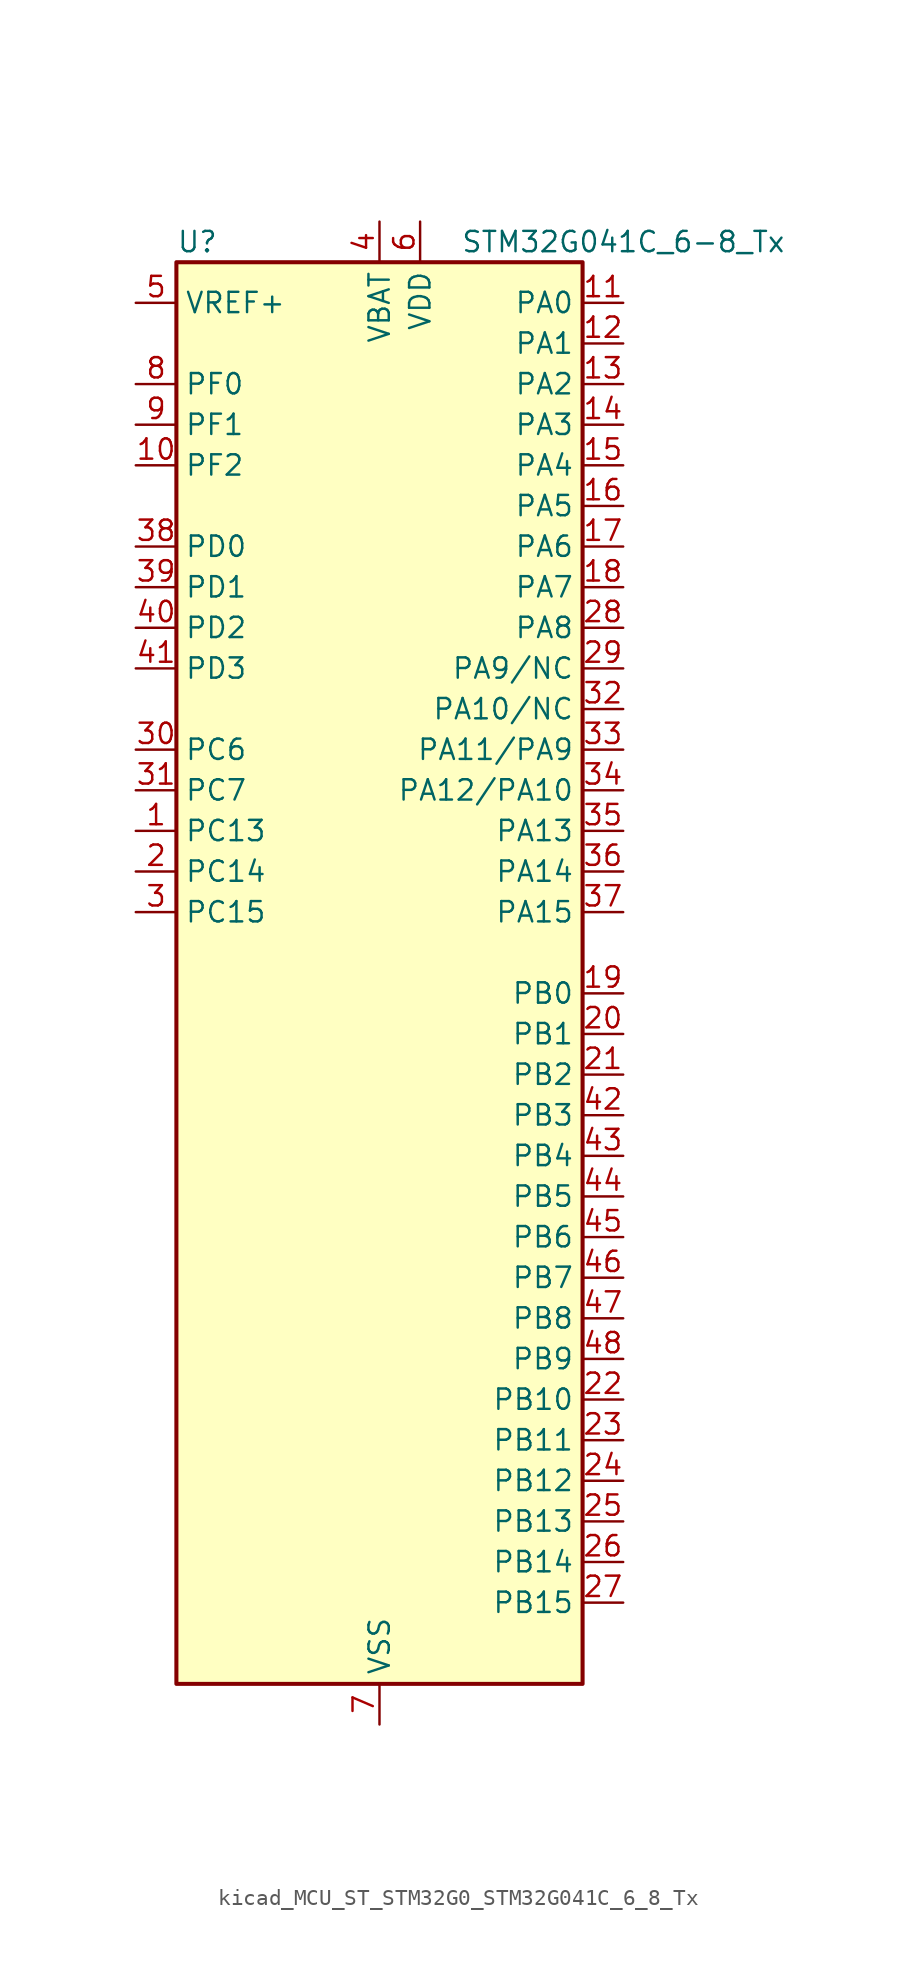
<source format=kicad_sym>
(kicad_symbol_lib
  (version 20220914)
  (generator kicad_symbol_editor)
  (symbol "kicad_MCU_ST_STM32G0_STM32G041C_6_8_Tx"
    (property "Reference" "U"
      (at -12.7 46.99 0)
      (effects (font (size 1.27 1.27)) (justify left)))
    (property "Value" "STM32G041C_6-8_Tx"
      (at 5.08 46.99 0)
      (effects (font (size 1.27 1.27)) (justify left)))
    (property "ki_locked" ""
      (at 0 0 0)
      (effects (font (size 1.27 1.27))))
    (symbol "kicad_MCU_ST_STM32G0_STM32G041C_6_8_Tx_0_1"
      (rectangle (start -12.7 -43.18) (end 12.7 45.72) (stroke (width 0.254) (type default)) (fill (type background))))
    (symbol "kicad_MCU_ST_STM32G0_STM32G041C_6_8_Tx_1_1"
      (pin bidirectional line (at -15.24 10.16 0) (length 2.54) (name "PC13" (effects (font (size 1.27 1.27)))) (number "1" (effects (font (size 1.27 1.27)))) (alternate "RTC_OUT_ALARM" bidirectional line) (alternate "RTC_OUT_CALIB" bidirectional line) (alternate "RTC_TAMP_IN1" bidirectional line) (alternate "RTC_TS" bidirectional line) (alternate "SYS_WKUP2" bidirectional line) (alternate "TIM1_BK" bidirectional line))
      (pin bidirectional line (at -15.24 33.02 0) (length 2.54) (name "PF2" (effects (font (size 1.27 1.27)))) (number "10" (effects (font (size 1.27 1.27)))) (alternate "RCC_MCO" bidirectional line))
      (pin bidirectional line (at 15.24 43.18 180) (length 2.54) (name "PA0" (effects (font (size 1.27 1.27)))) (number "11" (effects (font (size 1.27 1.27)))) (alternate "ADC1_IN0" bidirectional line) (alternate "LPTIM1_OUT" bidirectional line) (alternate "RTC_TAMP_IN2" bidirectional line) (alternate "SPI2_SCK" bidirectional line) (alternate "SYS_WKUP1" bidirectional line) (alternate "TIM2_CH1" bidirectional line) (alternate "TIM2_ETR" bidirectional line) (alternate "USART2_CTS" bidirectional line) (alternate "USART2_NSS" bidirectional line))
      (pin bidirectional line (at 15.24 40.64 180) (length 2.54) (name "PA1" (effects (font (size 1.27 1.27)))) (number "12" (effects (font (size 1.27 1.27)))) (alternate "ADC1_IN1" bidirectional line) (alternate "I2C1_SMBA" bidirectional line) (alternate "I2S1_CK" bidirectional line) (alternate "SPI1_SCK" bidirectional line) (alternate "TIM2_CH2" bidirectional line) (alternate "USART2_CK" bidirectional line) (alternate "USART2_DE" bidirectional line) (alternate "USART2_RTS" bidirectional line))
      (pin bidirectional line (at 15.24 38.1 180) (length 2.54) (name "PA2" (effects (font (size 1.27 1.27)))) (number "13" (effects (font (size 1.27 1.27)))) (alternate "ADC1_IN2" bidirectional line) (alternate "I2S1_SD" bidirectional line) (alternate "LPUART1_TX" bidirectional line) (alternate "RCC_LSCO" bidirectional line) (alternate "SPI1_MOSI" bidirectional line) (alternate "SYS_WKUP4" bidirectional line) (alternate "TIM2_CH3" bidirectional line) (alternate "USART2_TX" bidirectional line))
      (pin bidirectional line (at 15.24 35.56 180) (length 2.54) (name "PA3" (effects (font (size 1.27 1.27)))) (number "14" (effects (font (size 1.27 1.27)))) (alternate "ADC1_IN3" bidirectional line) (alternate "LPUART1_RX" bidirectional line) (alternate "SPI2_MISO" bidirectional line) (alternate "TIM2_CH4" bidirectional line) (alternate "USART2_RX" bidirectional line))
      (pin bidirectional line (at 15.24 33.02 180) (length 2.54) (name "PA4" (effects (font (size 1.27 1.27)))) (number "15" (effects (font (size 1.27 1.27)))) (alternate "ADC1_IN4" bidirectional line) (alternate "I2S1_WS" bidirectional line) (alternate "LPTIM2_OUT" bidirectional line) (alternate "RTC_OUT_ALARM" bidirectional line) (alternate "RTC_OUT_CALIB" bidirectional line) (alternate "SPI1_NSS" bidirectional line) (alternate "SPI2_MOSI" bidirectional line) (alternate "TIM14_CH1" bidirectional line))
      (pin bidirectional line (at 15.24 30.48 180) (length 2.54) (name "PA5" (effects (font (size 1.27 1.27)))) (number "16" (effects (font (size 1.27 1.27)))) (alternate "ADC1_IN5" bidirectional line) (alternate "I2S1_CK" bidirectional line) (alternate "LPTIM2_ETR" bidirectional line) (alternate "SPI1_SCK" bidirectional line) (alternate "TIM2_CH1" bidirectional line) (alternate "TIM2_ETR" bidirectional line))
      (pin bidirectional line (at 15.24 27.94 180) (length 2.54) (name "PA6" (effects (font (size 1.27 1.27)))) (number "17" (effects (font (size 1.27 1.27)))) (alternate "ADC1_IN6" bidirectional line) (alternate "I2S1_MCK" bidirectional line) (alternate "LPUART1_CTS" bidirectional line) (alternate "SPI1_MISO" bidirectional line) (alternate "TIM16_CH1" bidirectional line) (alternate "TIM1_BK" bidirectional line) (alternate "TIM3_CH1" bidirectional line))
      (pin bidirectional line (at 15.24 25.4 180) (length 2.54) (name "PA7" (effects (font (size 1.27 1.27)))) (number "18" (effects (font (size 1.27 1.27)))) (alternate "ADC1_IN7" bidirectional line) (alternate "I2S1_SD" bidirectional line) (alternate "SPI1_MOSI" bidirectional line) (alternate "TIM14_CH1" bidirectional line) (alternate "TIM17_CH1" bidirectional line) (alternate "TIM1_CH1N" bidirectional line) (alternate "TIM3_CH2" bidirectional line))
      (pin bidirectional line (at 15.24 0 180) (length 2.54) (name "PB0" (effects (font (size 1.27 1.27)))) (number "19" (effects (font (size 1.27 1.27)))) (alternate "ADC1_IN8" bidirectional line) (alternate "I2S1_WS" bidirectional line) (alternate "LPTIM1_OUT" bidirectional line) (alternate "SPI1_NSS" bidirectional line) (alternate "TIM1_CH2N" bidirectional line) (alternate "TIM3_CH3" bidirectional line))
      (pin bidirectional line (at -15.24 7.62 0) (length 2.54) (name "PC14" (effects (font (size 1.27 1.27)))) (number "2" (effects (font (size 1.27 1.27)))) (alternate "RCC_OSC32_IN" bidirectional line) (alternate "TIM1_BK2" bidirectional line))
      (pin bidirectional line (at 15.24 -2.54 180) (length 2.54) (name "PB1" (effects (font (size 1.27 1.27)))) (number "20" (effects (font (size 1.27 1.27)))) (alternate "ADC1_IN9" bidirectional line) (alternate "LPTIM2_IN1" bidirectional line) (alternate "LPUART1_DE" bidirectional line) (alternate "LPUART1_RTS" bidirectional line) (alternate "TIM14_CH1" bidirectional line) (alternate "TIM1_CH3N" bidirectional line) (alternate "TIM3_CH4" bidirectional line))
      (pin bidirectional line (at 15.24 -5.08 180) (length 2.54) (name "PB2" (effects (font (size 1.27 1.27)))) (number "21" (effects (font (size 1.27 1.27)))) (alternate "ADC1_IN10" bidirectional line) (alternate "LPTIM1_OUT" bidirectional line) (alternate "SPI2_MISO" bidirectional line))
      (pin bidirectional line (at 15.24 -25.4 180) (length 2.54) (name "PB10" (effects (font (size 1.27 1.27)))) (number "22" (effects (font (size 1.27 1.27)))) (alternate "ADC1_IN11" bidirectional line) (alternate "I2C2_SCL" bidirectional line) (alternate "LPUART1_RX" bidirectional line) (alternate "SPI2_SCK" bidirectional line) (alternate "TIM2_CH3" bidirectional line))
      (pin bidirectional line (at 15.24 -27.94 180) (length 2.54) (name "PB11" (effects (font (size 1.27 1.27)))) (number "23" (effects (font (size 1.27 1.27)))) (alternate "ADC1_EXTI11" bidirectional line) (alternate "ADC1_IN15" bidirectional line) (alternate "I2C2_SDA" bidirectional line) (alternate "LPUART1_TX" bidirectional line) (alternate "SPI2_MOSI" bidirectional line) (alternate "TIM2_CH4" bidirectional line))
      (pin bidirectional line (at 15.24 -30.48 180) (length 2.54) (name "PB12" (effects (font (size 1.27 1.27)))) (number "24" (effects (font (size 1.27 1.27)))) (alternate "ADC1_IN16" bidirectional line) (alternate "LPUART1_DE" bidirectional line) (alternate "LPUART1_RTS" bidirectional line) (alternate "SPI2_NSS" bidirectional line) (alternate "TIM1_BK" bidirectional line))
      (pin bidirectional line (at 15.24 -33.02 180) (length 2.54) (name "PB13" (effects (font (size 1.27 1.27)))) (number "25" (effects (font (size 1.27 1.27)))) (alternate "I2C2_SCL" bidirectional line) (alternate "LPUART1_CTS" bidirectional line) (alternate "SPI2_SCK" bidirectional line) (alternate "TIM1_CH1N" bidirectional line))
      (pin bidirectional line (at 15.24 -35.56 180) (length 2.54) (name "PB14" (effects (font (size 1.27 1.27)))) (number "26" (effects (font (size 1.27 1.27)))) (alternate "I2C2_SDA" bidirectional line) (alternate "SPI2_MISO" bidirectional line) (alternate "TIM1_CH2N" bidirectional line))
      (pin bidirectional line (at 15.24 -38.1 180) (length 2.54) (name "PB15" (effects (font (size 1.27 1.27)))) (number "27" (effects (font (size 1.27 1.27)))) (alternate "RTC_REFIN" bidirectional line) (alternate "SPI2_MOSI" bidirectional line) (alternate "TIM1_CH3N" bidirectional line))
      (pin bidirectional line (at 15.24 22.86 180) (length 2.54) (name "PA8" (effects (font (size 1.27 1.27)))) (number "28" (effects (font (size 1.27 1.27)))) (alternate "LPTIM2_OUT" bidirectional line) (alternate "RCC_MCO" bidirectional line) (alternate "SPI2_NSS" bidirectional line) (alternate "TIM1_CH1" bidirectional line))
      (pin bidirectional line (at 15.24 20.32 180) (length 2.54) (name "PA9/NC" (effects (font (size 1.27 1.27)))) (number "29" (effects (font (size 1.27 1.27)))) (alternate "I2C1_SCL" bidirectional line) (alternate "RCC_MCO" bidirectional line) (alternate "SPI2_MISO" bidirectional line) (alternate "TIM1_CH2" bidirectional line) (alternate "USART1_TX" bidirectional line))
      (pin bidirectional line (at -15.24 5.08 0) (length 2.54) (name "PC15" (effects (font (size 1.27 1.27)))) (number "3" (effects (font (size 1.27 1.27)))) (alternate "RCC_OSC32_EN" bidirectional line) (alternate "RCC_OSC32_OUT" bidirectional line) (alternate "RCC_OSC_EN" bidirectional line))
      (pin bidirectional line (at -15.24 15.24 0) (length 2.54) (name "PC6" (effects (font (size 1.27 1.27)))) (number "30" (effects (font (size 1.27 1.27)))) (alternate "TIM2_CH3" bidirectional line) (alternate "TIM3_CH1" bidirectional line))
      (pin bidirectional line (at -15.24 12.7 0) (length 2.54) (name "PC7" (effects (font (size 1.27 1.27)))) (number "31" (effects (font (size 1.27 1.27)))) (alternate "TIM2_CH4" bidirectional line) (alternate "TIM3_CH2" bidirectional line))
      (pin bidirectional line (at 15.24 17.78 180) (length 2.54) (name "PA10/NC" (effects (font (size 1.27 1.27)))) (number "32" (effects (font (size 1.27 1.27)))) (alternate "I2C1_SDA" bidirectional line) (alternate "SPI2_MOSI" bidirectional line) (alternate "TIM17_BK" bidirectional line) (alternate "TIM1_CH3" bidirectional line) (alternate "USART1_RX" bidirectional line))
      (pin bidirectional line (at 15.24 15.24 180) (length 2.54) (name "PA11/PA9" (effects (font (size 1.27 1.27)))) (number "33" (effects (font (size 1.27 1.27)))) (alternate "ADC1_EXTI11" bidirectional line) (alternate "I2C2_SCL" bidirectional line) (alternate "I2S1_MCK" bidirectional line) (alternate "SPI1_MISO" bidirectional line) (alternate "TIM1_BK2" bidirectional line) (alternate "TIM1_CH4" bidirectional line) (alternate "USART1_CTS" bidirectional line) (alternate "USART1_NSS" bidirectional line))
      (pin bidirectional line (at 15.24 12.7 180) (length 2.54) (name "PA12/PA10" (effects (font (size 1.27 1.27)))) (number "34" (effects (font (size 1.27 1.27)))) (alternate "I2C2_SDA" bidirectional line) (alternate "I2S1_SD" bidirectional line) (alternate "I2S_CKIN" bidirectional line) (alternate "SPI1_MOSI" bidirectional line) (alternate "TIM1_ETR" bidirectional line) (alternate "USART1_CK" bidirectional line) (alternate "USART1_DE" bidirectional line) (alternate "USART1_RTS" bidirectional line))
      (pin bidirectional line (at 15.24 10.16 180) (length 2.54) (name "PA13" (effects (font (size 1.27 1.27)))) (number "35" (effects (font (size 1.27 1.27)))) (alternate "ADC1_IN17" bidirectional line) (alternate "IR_OUT" bidirectional line) (alternate "SYS_SWDIO" bidirectional line))
      (pin bidirectional line (at 15.24 7.62 180) (length 2.54) (name "PA14" (effects (font (size 1.27 1.27)))) (number "36" (effects (font (size 1.27 1.27)))) (alternate "ADC1_IN18" bidirectional line) (alternate "SYS_SWCLK" bidirectional line) (alternate "USART2_TX" bidirectional line))
      (pin bidirectional line (at 15.24 5.08 180) (length 2.54) (name "PA15" (effects (font (size 1.27 1.27)))) (number "37" (effects (font (size 1.27 1.27)))) (alternate "I2S1_WS" bidirectional line) (alternate "SPI1_NSS" bidirectional line) (alternate "TIM2_CH1" bidirectional line) (alternate "TIM2_ETR" bidirectional line) (alternate "USART2_RX" bidirectional line))
      (pin bidirectional line (at -15.24 27.94 0) (length 2.54) (name "PD0" (effects (font (size 1.27 1.27)))) (number "38" (effects (font (size 1.27 1.27)))) (alternate "SPI2_NSS" bidirectional line) (alternate "TIM16_CH1" bidirectional line))
      (pin bidirectional line (at -15.24 25.4 0) (length 2.54) (name "PD1" (effects (font (size 1.27 1.27)))) (number "39" (effects (font (size 1.27 1.27)))) (alternate "SPI2_SCK" bidirectional line) (alternate "TIM17_CH1" bidirectional line))
      (pin power_in line (at 0 48.26 270) (length 2.54) (name "VBAT" (effects (font (size 1.27 1.27)))) (number "4" (effects (font (size 1.27 1.27)))))
      (pin bidirectional line (at -15.24 22.86 0) (length 2.54) (name "PD2" (effects (font (size 1.27 1.27)))) (number "40" (effects (font (size 1.27 1.27)))) (alternate "TIM1_CH1N" bidirectional line) (alternate "TIM3_ETR" bidirectional line))
      (pin bidirectional line (at -15.24 20.32 0) (length 2.54) (name "PD3" (effects (font (size 1.27 1.27)))) (number "41" (effects (font (size 1.27 1.27)))) (alternate "SPI2_MISO" bidirectional line) (alternate "TIM1_CH2N" bidirectional line) (alternate "USART2_CTS" bidirectional line) (alternate "USART2_NSS" bidirectional line))
      (pin bidirectional line (at 15.24 -7.62 180) (length 2.54) (name "PB3" (effects (font (size 1.27 1.27)))) (number "42" (effects (font (size 1.27 1.27)))) (alternate "I2S1_CK" bidirectional line) (alternate "SPI1_SCK" bidirectional line) (alternate "TIM1_CH2" bidirectional line) (alternate "TIM2_CH2" bidirectional line) (alternate "USART1_CK" bidirectional line) (alternate "USART1_DE" bidirectional line) (alternate "USART1_RTS" bidirectional line))
      (pin bidirectional line (at 15.24 -10.16 180) (length 2.54) (name "PB4" (effects (font (size 1.27 1.27)))) (number "43" (effects (font (size 1.27 1.27)))) (alternate "I2S1_MCK" bidirectional line) (alternate "SPI1_MISO" bidirectional line) (alternate "TIM17_BK" bidirectional line) (alternate "TIM3_CH1" bidirectional line) (alternate "USART1_CTS" bidirectional line) (alternate "USART1_NSS" bidirectional line))
      (pin bidirectional line (at 15.24 -12.7 180) (length 2.54) (name "PB5" (effects (font (size 1.27 1.27)))) (number "44" (effects (font (size 1.27 1.27)))) (alternate "I2C1_SMBA" bidirectional line) (alternate "I2S1_SD" bidirectional line) (alternate "LPTIM1_IN1" bidirectional line) (alternate "SPI1_MOSI" bidirectional line) (alternate "SYS_WKUP6" bidirectional line) (alternate "TIM16_BK" bidirectional line) (alternate "TIM3_CH2" bidirectional line))
      (pin bidirectional line (at 15.24 -15.24 180) (length 2.54) (name "PB6" (effects (font (size 1.27 1.27)))) (number "45" (effects (font (size 1.27 1.27)))) (alternate "I2C1_SCL" bidirectional line) (alternate "LPTIM1_ETR" bidirectional line) (alternate "SPI2_MISO" bidirectional line) (alternate "TIM16_CH1N" bidirectional line) (alternate "TIM1_CH3" bidirectional line) (alternate "USART1_TX" bidirectional line))
      (pin bidirectional line (at 15.24 -17.78 180) (length 2.54) (name "PB7" (effects (font (size 1.27 1.27)))) (number "46" (effects (font (size 1.27 1.27)))) (alternate "I2C1_SDA" bidirectional line) (alternate "LPTIM1_IN2" bidirectional line) (alternate "SPI2_MOSI" bidirectional line) (alternate "SYS_PVD_IN" bidirectional line) (alternate "TIM17_CH1N" bidirectional line) (alternate "USART1_RX" bidirectional line))
      (pin bidirectional line (at 15.24 -20.32 180) (length 2.54) (name "PB8" (effects (font (size 1.27 1.27)))) (number "47" (effects (font (size 1.27 1.27)))) (alternate "I2C1_SCL" bidirectional line) (alternate "SPI2_SCK" bidirectional line) (alternate "TIM16_CH1" bidirectional line))
      (pin bidirectional line (at 15.24 -22.86 180) (length 2.54) (name "PB9" (effects (font (size 1.27 1.27)))) (number "48" (effects (font (size 1.27 1.27)))) (alternate "I2C1_SDA" bidirectional line) (alternate "IR_OUT" bidirectional line) (alternate "SPI2_NSS" bidirectional line) (alternate "TIM17_CH1" bidirectional line))
      (pin input line (at -15.24 43.18 0) (length 2.54) (name "VREF+" (effects (font (size 1.27 1.27)))) (number "5" (effects (font (size 1.27 1.27)))) (alternate "VREFBUF_OUT" bidirectional line))
      (pin power_in line (at 2.54 48.26 270) (length 2.54) (name "VDD" (effects (font (size 1.27 1.27)))) (number "6" (effects (font (size 1.27 1.27)))))
      (pin power_in line (at 0 -45.72 90) (length 2.54) (name "VSS" (effects (font (size 1.27 1.27)))) (number "7" (effects (font (size 1.27 1.27)))))
      (pin bidirectional line (at -15.24 38.1 0) (length 2.54) (name "PF0" (effects (font (size 1.27 1.27)))) (number "8" (effects (font (size 1.27 1.27)))) (alternate "RCC_OSC_IN" bidirectional line) (alternate "TIM14_CH1" bidirectional line))
      (pin bidirectional line (at -15.24 35.56 0) (length 2.54) (name "PF1" (effects (font (size 1.27 1.27)))) (number "9" (effects (font (size 1.27 1.27)))) (alternate "RCC_OSC_EN" bidirectional line) (alternate "RCC_OSC_OUT" bidirectional line)))))
</source>
